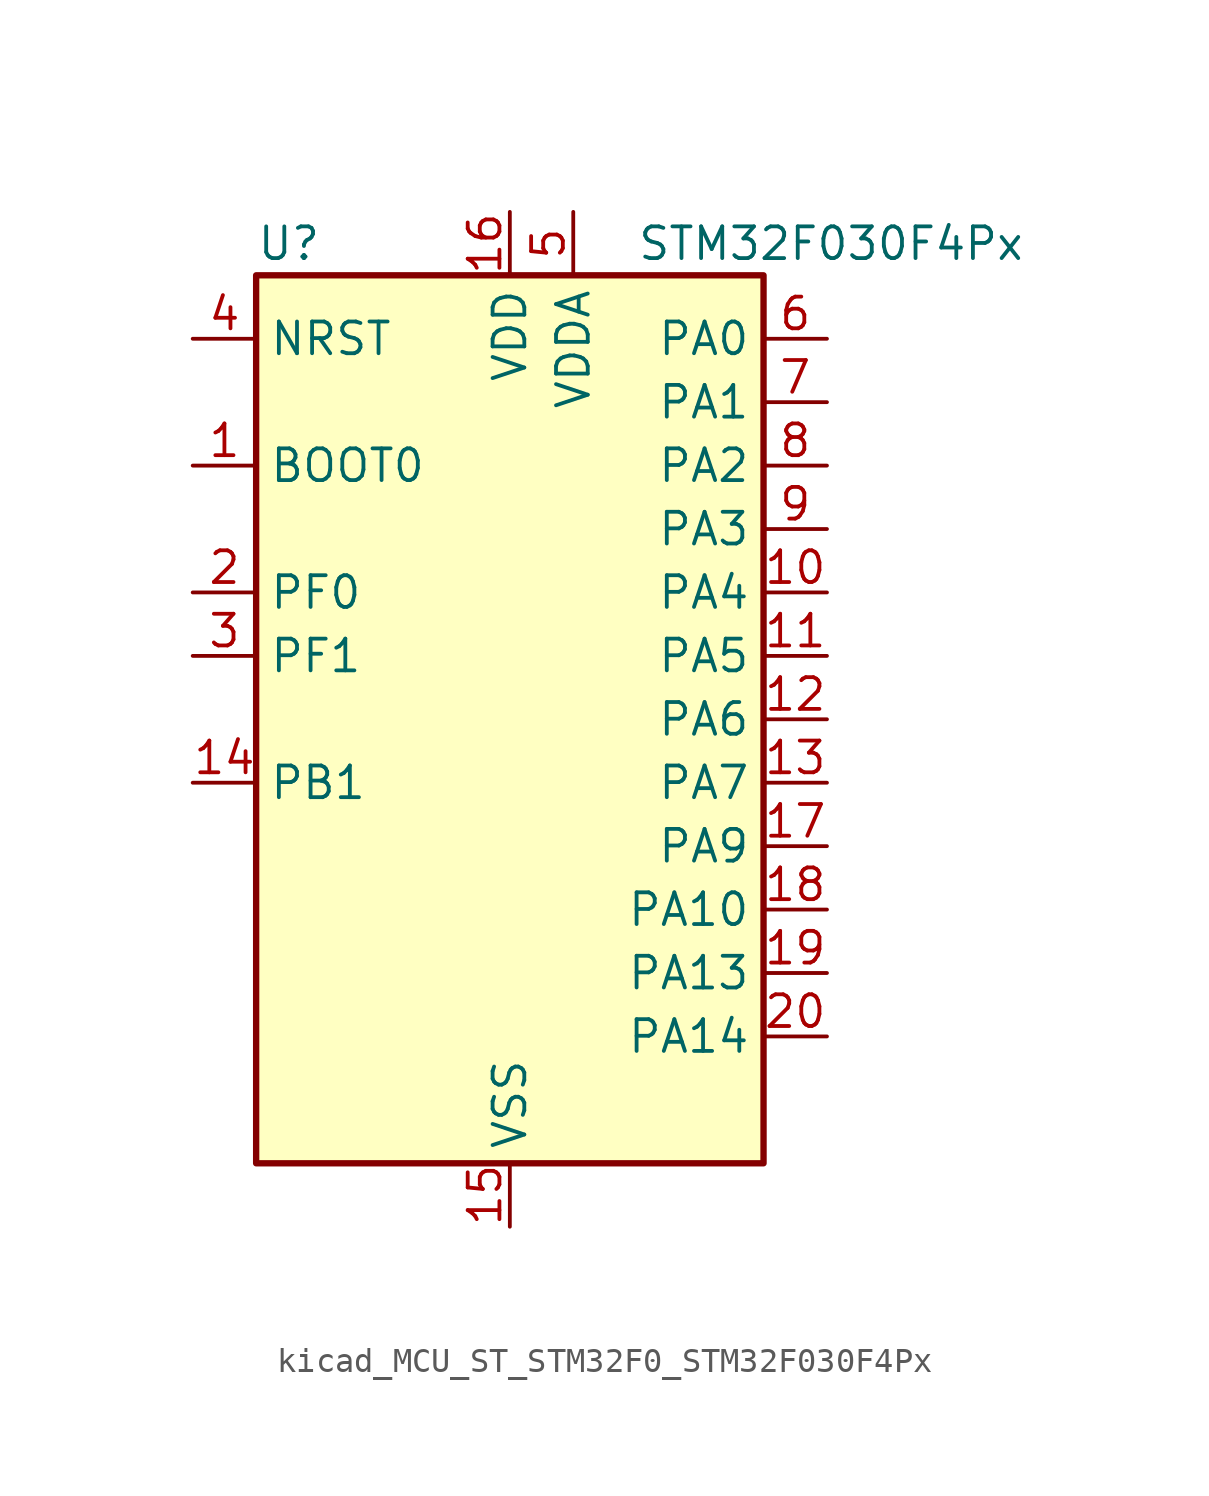
<source format=kicad_sym>
(kicad_symbol_lib
  (version 20220914)
  (generator kicad_symbol_editor)
  (symbol "kicad_MCU_ST_STM32F0_STM32F030F4Px"
    (property "Reference" "U"
      (at -10.16 19.05 0)
      (effects (font (size 1.27 1.27)) (justify left)))
    (property "Value" "STM32F030F4Px"
      (at 5.08 19.05 0)
      (effects (font (size 1.27 1.27)) (justify left)))
    (property "ki_locked" ""
      (at 0 0 0)
      (effects (font (size 1.27 1.27))))
    (symbol "kicad_MCU_ST_STM32F0_STM32F030F4Px_0_1"
      (rectangle (start -10.16 -17.78) (end 10.16 17.78) (stroke (width 0.254) (type default)) (fill (type background))))
    (symbol "kicad_MCU_ST_STM32F0_STM32F030F4Px_1_1"
      (pin input line (at -12.7 10.16 0) (length 2.54) (name "BOOT0" (effects (font (size 1.27 1.27)))) (number "1" (effects (font (size 1.27 1.27)))))
      (pin bidirectional line (at 12.7 5.08 180) (length 2.54) (name "PA4" (effects (font (size 1.27 1.27)))) (number "10" (effects (font (size 1.27 1.27)))) (alternate "ADC_IN4" bidirectional line) (alternate "SPI1_NSS" bidirectional line) (alternate "TIM14_CH1" bidirectional line) (alternate "USART1_CK" bidirectional line))
      (pin bidirectional line (at 12.7 2.54 180) (length 2.54) (name "PA5" (effects (font (size 1.27 1.27)))) (number "11" (effects (font (size 1.27 1.27)))) (alternate "ADC_IN5" bidirectional line) (alternate "SPI1_SCK" bidirectional line))
      (pin bidirectional line (at 12.7 0 180) (length 2.54) (name "PA6" (effects (font (size 1.27 1.27)))) (number "12" (effects (font (size 1.27 1.27)))) (alternate "ADC_IN6" bidirectional line) (alternate "SPI1_MISO" bidirectional line) (alternate "TIM16_CH1" bidirectional line) (alternate "TIM1_BKIN" bidirectional line) (alternate "TIM3_CH1" bidirectional line))
      (pin bidirectional line (at 12.7 -2.54 180) (length 2.54) (name "PA7" (effects (font (size 1.27 1.27)))) (number "13" (effects (font (size 1.27 1.27)))) (alternate "ADC_IN7" bidirectional line) (alternate "SPI1_MOSI" bidirectional line) (alternate "TIM14_CH1" bidirectional line) (alternate "TIM17_CH1" bidirectional line) (alternate "TIM1_CH1N" bidirectional line) (alternate "TIM3_CH2" bidirectional line))
      (pin bidirectional line (at -12.7 -2.54 0) (length 2.54) (name "PB1" (effects (font (size 1.27 1.27)))) (number "14" (effects (font (size 1.27 1.27)))) (alternate "ADC_IN9" bidirectional line) (alternate "TIM14_CH1" bidirectional line) (alternate "TIM1_CH3N" bidirectional line) (alternate "TIM3_CH4" bidirectional line))
      (pin power_in line (at 0 -20.32 90) (length 2.54) (name "VSS" (effects (font (size 1.27 1.27)))) (number "15" (effects (font (size 1.27 1.27)))))
      (pin power_in line (at 0 20.32 270) (length 2.54) (name "VDD" (effects (font (size 1.27 1.27)))) (number "16" (effects (font (size 1.27 1.27)))))
      (pin bidirectional line (at 12.7 -5.08 180) (length 2.54) (name "PA9" (effects (font (size 1.27 1.27)))) (number "17" (effects (font (size 1.27 1.27)))) (alternate "I2C1_SCL" bidirectional line) (alternate "TIM1_CH2" bidirectional line) (alternate "USART1_TX" bidirectional line))
      (pin bidirectional line (at 12.7 -7.62 180) (length 2.54) (name "PA10" (effects (font (size 1.27 1.27)))) (number "18" (effects (font (size 1.27 1.27)))) (alternate "I2C1_SDA" bidirectional line) (alternate "TIM17_BKIN" bidirectional line) (alternate "TIM1_CH3" bidirectional line) (alternate "USART1_RX" bidirectional line))
      (pin bidirectional line (at 12.7 -10.16 180) (length 2.54) (name "PA13" (effects (font (size 1.27 1.27)))) (number "19" (effects (font (size 1.27 1.27)))) (alternate "IR_OUT" bidirectional line) (alternate "SYS_SWDIO" bidirectional line))
      (pin bidirectional line (at -12.7 5.08 0) (length 2.54) (name "PF0" (effects (font (size 1.27 1.27)))) (number "2" (effects (font (size 1.27 1.27)))) (alternate "RCC_OSC_IN" bidirectional line))
      (pin bidirectional line (at 12.7 -12.7 180) (length 2.54) (name "PA14" (effects (font (size 1.27 1.27)))) (number "20" (effects (font (size 1.27 1.27)))) (alternate "SYS_SWCLK" bidirectional line) (alternate "USART1_TX" bidirectional line))
      (pin bidirectional line (at -12.7 2.54 0) (length 2.54) (name "PF1" (effects (font (size 1.27 1.27)))) (number "3" (effects (font (size 1.27 1.27)))) (alternate "RCC_OSC_OUT" bidirectional line))
      (pin input line (at -12.7 15.24 0) (length 2.54) (name "NRST" (effects (font (size 1.27 1.27)))) (number "4" (effects (font (size 1.27 1.27)))))
      (pin power_in line (at 2.54 20.32 270) (length 2.54) (name "VDDA" (effects (font (size 1.27 1.27)))) (number "5" (effects (font (size 1.27 1.27)))))
      (pin bidirectional line (at 12.7 15.24 180) (length 2.54) (name "PA0" (effects (font (size 1.27 1.27)))) (number "6" (effects (font (size 1.27 1.27)))) (alternate "ADC_IN0" bidirectional line) (alternate "RTC_TAMP2" bidirectional line) (alternate "SYS_WKUP1" bidirectional line) (alternate "USART1_CTS" bidirectional line))
      (pin bidirectional line (at 12.7 12.7 180) (length 2.54) (name "PA1" (effects (font (size 1.27 1.27)))) (number "7" (effects (font (size 1.27 1.27)))) (alternate "ADC_IN1" bidirectional line) (alternate "USART1_DE" bidirectional line) (alternate "USART1_RTS" bidirectional line))
      (pin bidirectional line (at 12.7 10.16 180) (length 2.54) (name "PA2" (effects (font (size 1.27 1.27)))) (number "8" (effects (font (size 1.27 1.27)))) (alternate "ADC_IN2" bidirectional line) (alternate "USART1_TX" bidirectional line))
      (pin bidirectional line (at 12.7 7.62 180) (length 2.54) (name "PA3" (effects (font (size 1.27 1.27)))) (number "9" (effects (font (size 1.27 1.27)))) (alternate "ADC_IN3" bidirectional line) (alternate "USART1_RX" bidirectional line)))))
</source>
